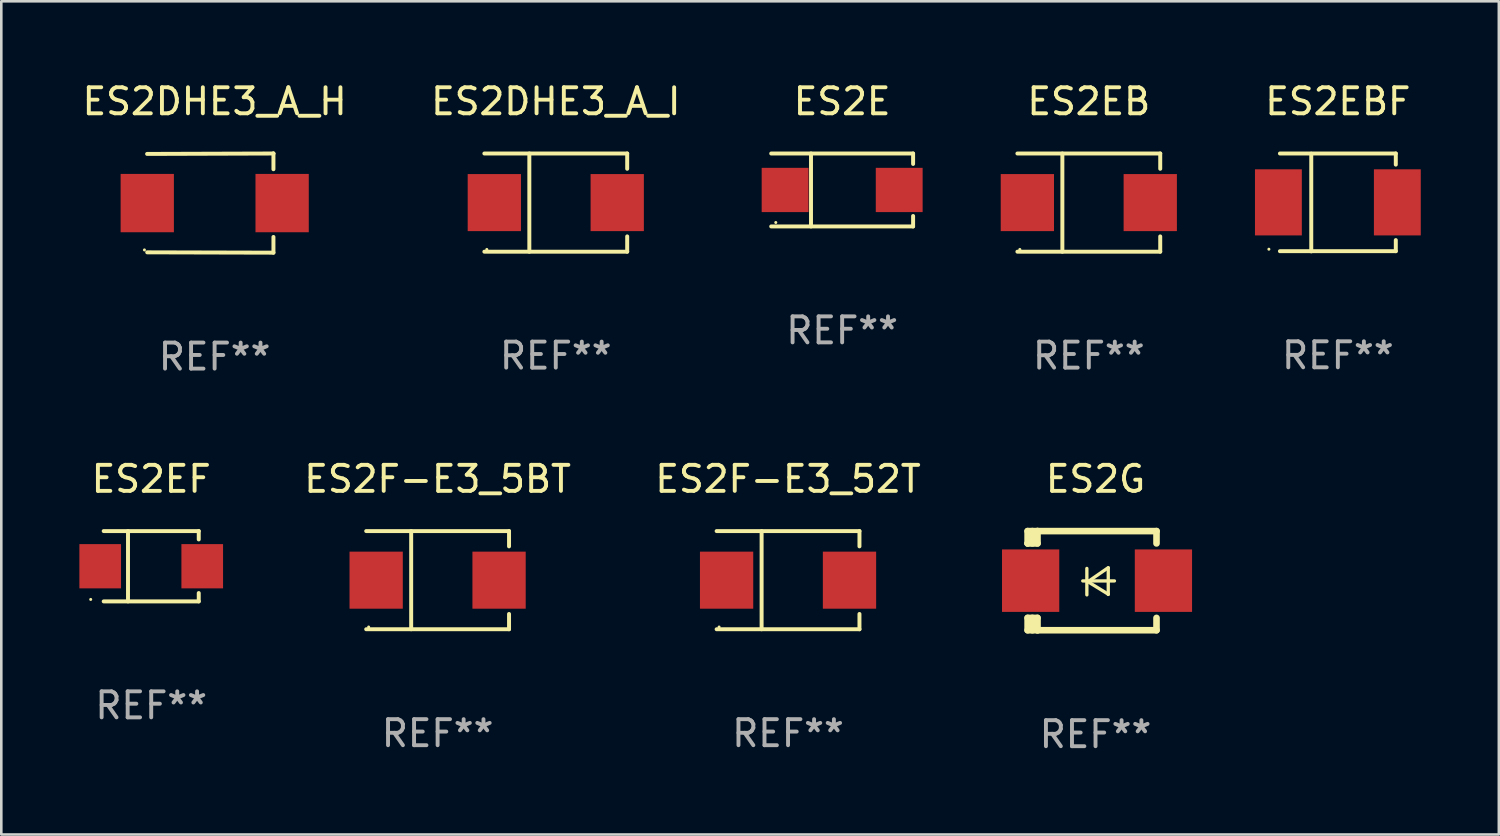
<source format=kicad_pcb>
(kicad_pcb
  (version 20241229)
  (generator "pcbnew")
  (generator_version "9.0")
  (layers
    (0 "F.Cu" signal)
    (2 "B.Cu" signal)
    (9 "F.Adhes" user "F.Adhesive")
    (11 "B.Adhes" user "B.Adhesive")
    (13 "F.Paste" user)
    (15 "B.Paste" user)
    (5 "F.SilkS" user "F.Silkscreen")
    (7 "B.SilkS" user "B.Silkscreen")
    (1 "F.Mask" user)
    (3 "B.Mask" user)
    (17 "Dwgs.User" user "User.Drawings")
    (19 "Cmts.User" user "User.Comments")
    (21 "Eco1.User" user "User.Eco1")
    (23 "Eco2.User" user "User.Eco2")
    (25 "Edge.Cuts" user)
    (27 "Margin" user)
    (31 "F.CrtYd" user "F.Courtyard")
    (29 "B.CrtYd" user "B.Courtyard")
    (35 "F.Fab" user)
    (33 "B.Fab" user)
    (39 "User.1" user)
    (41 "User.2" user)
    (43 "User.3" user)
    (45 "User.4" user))
  (footprint "ES2F-E3_52T"
    (layer "F.Cu")
    (at 27.228 19.241)
    (property "Reference" "ES2F-E3_52T" (at 0 -3.886 0) (layer "F.SilkS") (effects (font (size 1 1) (thickness 0.15))))
    (attr through_hole)
    (fp_line (start -2.744 -1.886) (end 2.744 -1.886) (stroke (width 0.152) (type solid)) (layer "F.SilkS"))
    (fp_line (start -2.744 1.886) (end 2.744 1.886) (stroke (width 0.152) (type solid)) (layer "F.SilkS"))
    (fp_line (start -1.016 -1.886) (end -1.016 1.886) (stroke (width 0.152) (type solid)) (layer "F.SilkS"))
    (fp_line (start 2.744 -1.886) (end 2.744 -1.299) (stroke (width 0.152) (type solid)) (layer "F.SilkS"))
    (fp_line (start 2.744 1.886) (end 2.744 1.299) (stroke (width 0.152) (type solid)) (layer "F.SilkS"))
    (fp_circle (center -2.65 1.8) (end -2.62 1.8) (stroke (width 0.06) (type solid)) (fill no) (layer "F.SilkS"))
    (fp_text user "REF**" (at 0 5.886 0) (layer "F.Fab") (effects (font (size 1 1) (thickness 0.15))))
    (pad "1" smd rect (at -2.361 0) (size 2.047 2.192) (layers "F.Cu" "F.Mask" "F.Paste"))
    (pad "2" smd rect (at 2.361 0) (size 2.047 2.192) (layers "F.Cu" "F.Mask" "F.Paste")))
  (footprint "ES2EBF"
    (layer "F.Cu")
    (at 48.353 4.728)
    (property "Reference" "ES2EBF" (at 0 -3.88 0) (layer "F.SilkS") (effects (font (size 1 1) (thickness 0.15))))
    (attr through_hole)
    (fp_line (start -2.226 -1.88) (end 2.226 -1.88) (stroke (width 0.152) (type solid)) (layer "F.SilkS"))
    (fp_line (start -2.226 1.873) (end 2.226 1.873) (stroke (width 0.152) (type solid)) (layer "F.SilkS"))
    (fp_line (start -1.022 -1.873) (end -1.022 1.88) (stroke (width 0.152) (type solid)) (layer "F.SilkS"))
    (fp_line (start 2.226 -1.88) (end 2.226 -1.453) (stroke (width 0.152) (type solid)) (layer "F.SilkS"))
    (fp_line (start 2.226 1.447) (end 2.226 1.873) (stroke (width 0.152) (type solid)) (layer "F.SilkS"))
    (fp_circle (center -2.65 1.797) (end -2.62 1.797) (stroke (width 0.06) (type solid)) (fill no) (layer "F.SilkS"))
    (fp_text user "REF**" (at 0 5.88 0) (layer "F.Fab") (effects (font (size 1 1) (thickness 0.15))))
    (pad "1" smd rect (at -2.285 -0.003) (size 1.8 2.54) (layers "F.Cu" "F.Mask" "F.Paste"))
    (pad "2" smd rect (at 2.285 -0.003) (size 1.8 2.54) (layers "F.Cu" "F.Mask" "F.Paste")))
  (footprint "ES2DHE3_A_H"
    (layer "F.Cu")
    (at 5.196 4.753)
    (property "Reference" "ES2DHE3_A_H" (at 0 -3.905 0) (layer "F.SilkS") (effects (font (size 1 1) (thickness 0.15))))
    (attr through_hole)
    (fp_line (start 2.256 -1.905) (end -2.594 -1.889) (stroke (width 0.152) (type solid)) (layer "F.SilkS"))
    (fp_line (start 2.256 -1.905) (end 2.26 -1.905) (stroke (width 0.152) (type solid)) (layer "F.SilkS"))
    (fp_line (start 2.26 -1.905) (end 2.26 -1.301) (stroke (width 0.152) (type solid)) (layer "F.SilkS"))
    (fp_line (start 2.26 1.301) (end 2.26 1.905) (stroke (width 0.152) (type solid)) (layer "F.SilkS"))
    (fp_line (start 2.26 1.905) (end -2.59 1.892) (stroke (width 0.152) (type solid)) (layer "F.SilkS"))
    (fp_circle (center -2.697 1.8) (end -2.667 1.8) (stroke (width 0.06) (type solid)) (fill no) (layer "F.SilkS"))
    (fp_text user "REF**" (at 0 5.905 0) (layer "F.Fab") (effects (font (size 1 1) (thickness 0.15))))
    (pad "1" smd rect (at -2.588 0) (size 2.047 2.241) (layers "F.Cu" "F.Mask" "F.Paste"))
    (pad "2" smd rect (at 2.594 0) (size 2.047 2.241) (layers "F.Cu" "F.Mask" "F.Paste")))
  (footprint "ES2F-E3_5BT"
    (layer "F.Cu")
    (at 13.764 19.241)
    (property "Reference" "ES2F-E3_5BT" (at 0 -3.886 0) (layer "F.SilkS") (effects (font (size 1 1) (thickness 0.15))))
    (attr through_hole)
    (fp_line (start -2.744 -1.886) (end 2.744 -1.886) (stroke (width 0.152) (type solid)) (layer "F.SilkS"))
    (fp_line (start -2.744 1.886) (end 2.744 1.886) (stroke (width 0.152) (type solid)) (layer "F.SilkS"))
    (fp_line (start -1.016 -1.886) (end -1.016 1.886) (stroke (width 0.152) (type solid)) (layer "F.SilkS"))
    (fp_line (start 2.744 -1.886) (end 2.744 -1.299) (stroke (width 0.152) (type solid)) (layer "F.SilkS"))
    (fp_line (start 2.744 1.886) (end 2.744 1.299) (stroke (width 0.152) (type solid)) (layer "F.SilkS"))
    (fp_circle (center -2.65 1.8) (end -2.62 1.8) (stroke (width 0.06) (type solid)) (fill no) (layer "F.SilkS"))
    (fp_text user "REF**" (at 0 5.886 0) (layer "F.Fab") (effects (font (size 1 1) (thickness 0.15))))
    (pad "1" smd rect (at -2.361 0) (size 2.047 2.192) (layers "F.Cu" "F.Mask" "F.Paste"))
    (pad "2" smd rect (at 2.361 0) (size 2.047 2.192) (layers "F.Cu" "F.Mask" "F.Paste")))
  (footprint "ES2G"
    (layer "F.Cu")
    (at 39.042 19.26)
    (property "Reference" "ES2G" (at 0 -3.905 0) (layer "F.SilkS") (effects (font (size 1 1) (thickness 0.15))))
    (attr through_hole)
    (fp_line (start -2.609 -1.905) (end -2.609 -1.431) (stroke (width 0.254) (type solid)) (layer "F.SilkS"))
    (fp_line (start -2.609 1.431) (end -2.609 1.905) (stroke (width 0.254) (type solid)) (layer "F.SilkS"))
    (fp_line (start -2.609 1.431) (end -2.229 1.431) (stroke (width 0.254) (type solid)) (layer "F.SilkS"))
    (fp_line (start -2.609 1.905) (end -2.229 1.905) (stroke (width 0.254) (type solid)) (layer "F.SilkS"))
    (fp_line (start -2.609 -1.431) (end -2.609 -1.431) (stroke (width 0.254) (type solid)) (layer "F.SilkS"))
    (fp_line (start -2.427 -1.431) (end -2.427 -1.905) (stroke (width 0.254) (type solid)) (layer "F.SilkS"))
    (fp_line (start -2.427 1.905) (end -2.427 1.431) (stroke (width 0.254) (type solid)) (layer "F.SilkS"))
    (fp_line (start -2.229 -1.905) (end -2.609 -1.905) (stroke (width 0.254) (type solid)) (layer "F.SilkS"))
    (fp_line (start -2.229 -1.905) (end 2.343 -1.905) (stroke (width 0.254) (type solid)) (layer "F.SilkS"))
    (fp_line (start -2.229 -1.431) (end -2.609 -1.431) (stroke (width 0.254) (type solid)) (layer "F.SilkS"))
    (fp_line (start -2.229 -1.431) (end -2.229 -1.905) (stroke (width 0.254) (type solid)) (layer "F.SilkS"))
    (fp_line (start -2.229 1.905) (end -2.229 1.431) (stroke (width 0.254) (type solid)) (layer "F.SilkS"))
    (fp_line (start -0.491 0.01) (end 0.727 0.01) (stroke (width 0.127) (type solid)) (layer "F.SilkS"))
    (fp_line (start -0.333 -0.47) (end -0.333 0.546) (stroke (width 0.127) (type solid)) (layer "F.SilkS"))
    (fp_line (start -0.293 0.04) (end 0.489 0.52) (stroke (width 0.127) (type solid)) (layer "F.SilkS"))
    (fp_line (start 0.489 -0.5) (end -0.293 0.04) (stroke (width 0.127) (type solid)) (layer "F.SilkS"))
    (fp_line (start 0.489 0.53) (end 0.489 -0.486) (stroke (width 0.127) (type solid)) (layer "F.SilkS"))
    (fp_line (start 2.343 -1.905) (end 2.343 -1.431) (stroke (width 0.254) (type solid)) (layer "F.SilkS"))
    (fp_line (start 2.343 1.431) (end 2.343 1.905) (stroke (width 0.254) (type solid)) (layer "F.SilkS"))
    (fp_line (start 2.343 1.905) (end -2.229 1.905) (stroke (width 0.254) (type solid)) (layer "F.SilkS"))
    (fp_circle (center -2.643 1.8) (end -2.613 1.8) (stroke (width 0.06) (type solid)) (fill no) (layer "F.SilkS"))
    (fp_text user "REF**" (at 0 5.905 0) (layer "F.Fab") (effects (font (size 1 1) (thickness 0.15))))
    (pad "1" smd rect (at -2.493 0) (size 2.2 2.4) (layers "F.Cu" "F.Mask" "F.Paste"))
    (pad "2" smd rect (at 2.609 0) (size 2.2 2.4) (layers "F.Cu" "F.Mask" "F.Paste")))
  (footprint "ES2DHE3_A_I"
    (layer "F.Cu")
    (at 18.304 4.734)
    (property "Reference" "ES2DHE3_A_I" (at 0 -3.886 0) (layer "F.SilkS") (effects (font (size 1 1) (thickness 0.15))))
    (attr through_hole)
    (fp_line (start -2.744 -1.886) (end 2.744 -1.886) (stroke (width 0.152) (type solid)) (layer "F.SilkS"))
    (fp_line (start -2.744 1.886) (end 2.744 1.886) (stroke (width 0.152) (type solid)) (layer "F.SilkS"))
    (fp_line (start -1.016 -1.886) (end -1.016 1.886) (stroke (width 0.152) (type solid)) (layer "F.SilkS"))
    (fp_line (start 2.744 -1.886) (end 2.744 -1.299) (stroke (width 0.152) (type solid)) (layer "F.SilkS"))
    (fp_line (start 2.744 1.886) (end 2.744 1.299) (stroke (width 0.152) (type solid)) (layer "F.SilkS"))
    (fp_circle (center -2.65 1.8) (end -2.62 1.8) (stroke (width 0.06) (type solid)) (fill no) (layer "F.SilkS"))
    (fp_text user "REF**" (at 0 5.886 0) (layer "F.Fab") (effects (font (size 1 1) (thickness 0.15))))
    (pad "1" smd rect (at -2.361 0) (size 2.047 2.192) (layers "F.Cu" "F.Mask" "F.Paste"))
    (pad "2" smd rect (at 2.361 0) (size 2.047 2.192) (layers "F.Cu" "F.Mask" "F.Paste")))
  (footprint "ES2E"
    (layer "F.Cu")
    (at 29.307 4.249)
    (property "Reference" "ES2E" (at 0 -3.401 0) (layer "F.SilkS") (effects (font (size 1 1) (thickness 0.15))))
    (attr through_hole)
    (fp_line (start -2.726 -1.401) (end 2.726 -1.401) (stroke (width 0.152) (type solid)) (layer "F.SilkS"))
    (fp_line (start -2.726 1.401) (end 2.726 1.401) (stroke (width 0.152) (type solid)) (layer "F.SilkS"))
    (fp_line (start -1.197 -1.401) (end -1.197 1.401) (stroke (width 0.152) (type solid)) (layer "F.SilkS"))
    (fp_line (start 2.726 -1.401) (end 2.726 -1) (stroke (width 0.152) (type solid)) (layer "F.SilkS"))
    (fp_line (start 2.726 1.401) (end 2.726 1) (stroke (width 0.152) (type solid)) (layer "F.SilkS"))
    (fp_circle (center -2.55 1.25) (end -2.52 1.25) (stroke (width 0.06) (type solid)) (fill no) (layer "F.SilkS"))
    (fp_text user "REF**" (at 0 5.401 0) (layer "F.Fab") (effects (font (size 1 1) (thickness 0.15))))
    (pad "1" smd rect (at -2.192 0) (size 1.8 1.7) (layers "F.Cu" "F.Mask" "F.Paste"))
    (pad "2" smd rect (at 2.192 0) (size 1.8 1.7) (layers "F.Cu" "F.Mask" "F.Paste")))
  (footprint "ES2EF"
    (layer "F.Cu")
    (at 2.76 18.706)
    (property "Reference" "ES2EF" (at 0 -3.351 0) (layer "F.SilkS") (effects (font (size 1 1) (thickness 0.15))))
    (attr through_hole)
    (fp_line (start -1.826 -1.351) (end 1.826 -1.351) (stroke (width 0.152) (type solid)) (layer "F.SilkS"))
    (fp_line (start -1.826 1.351) (end 1.826 1.351) (stroke (width 0.152) (type solid)) (layer "F.SilkS"))
    (fp_line (start -0.892 -1.351) (end -0.892 1.351) (stroke (width 0.152) (type solid)) (layer "F.SilkS"))
    (fp_line (start 1.826 -1.351) (end 1.826 -1.03) (stroke (width 0.152) (type solid)) (layer "F.SilkS"))
    (fp_line (start 1.826 1.03) (end 1.826 1.351) (stroke (width 0.152) (type solid)) (layer "F.SilkS"))
    (fp_circle (center -2.325 1.275) (end -2.295 1.275) (stroke (width 0.06) (type solid)) (fill no) (layer "F.SilkS"))
    (fp_text user "REF**" (at 0 5.351 0) (layer "F.Fab") (effects (font (size 1 1) (thickness 0.15))))
    (pad "1" smd rect (at -1.96 0 180) (size 1.6 1.7) (layers "F.Cu" "F.Mask" "F.Paste"))
    (pad "2" smd rect (at 1.96 0 180) (size 1.6 1.7) (layers "F.Cu" "F.Mask" "F.Paste")))
  (footprint "ES2EB"
    (layer "F.Cu")
    (at 38.784 4.734)
    (property "Reference" "ES2EB" (at 0 -3.886 0) (layer "F.SilkS") (effects (font (size 1 1) (thickness 0.15))))
    (attr through_hole)
    (fp_line (start -2.744 -1.886) (end 2.744 -1.886) (stroke (width 0.152) (type solid)) (layer "F.SilkS"))
    (fp_line (start -2.744 1.886) (end 2.744 1.886) (stroke (width 0.152) (type solid)) (layer "F.SilkS"))
    (fp_line (start -1.016 -1.886) (end -1.016 1.886) (stroke (width 0.152) (type solid)) (layer "F.SilkS"))
    (fp_line (start 2.744 -1.886) (end 2.744 -1.299) (stroke (width 0.152) (type solid)) (layer "F.SilkS"))
    (fp_line (start 2.744 1.886) (end 2.744 1.299) (stroke (width 0.152) (type solid)) (layer "F.SilkS"))
    (fp_circle (center -2.65 1.8) (end -2.62 1.8) (stroke (width 0.06) (type solid)) (fill no) (layer "F.SilkS"))
    (fp_text user "REF**" (at 0 5.886 0) (layer "F.Fab") (effects (font (size 1 1) (thickness 0.15))))
    (pad "1" smd rect (at -2.361 0) (size 2.047 2.192) (layers "F.Cu" "F.Mask" "F.Paste"))
    (pad "2" smd rect (at 2.361 0) (size 2.047 2.192) (layers "F.Cu" "F.Mask" "F.Paste")))
  (gr_rect
    (start -3 -3)
    (end 54.538 29.013)
    (stroke (width 0.1) (type default))
    (fill no)
    (layer "Edge.Cuts")))
</source>
